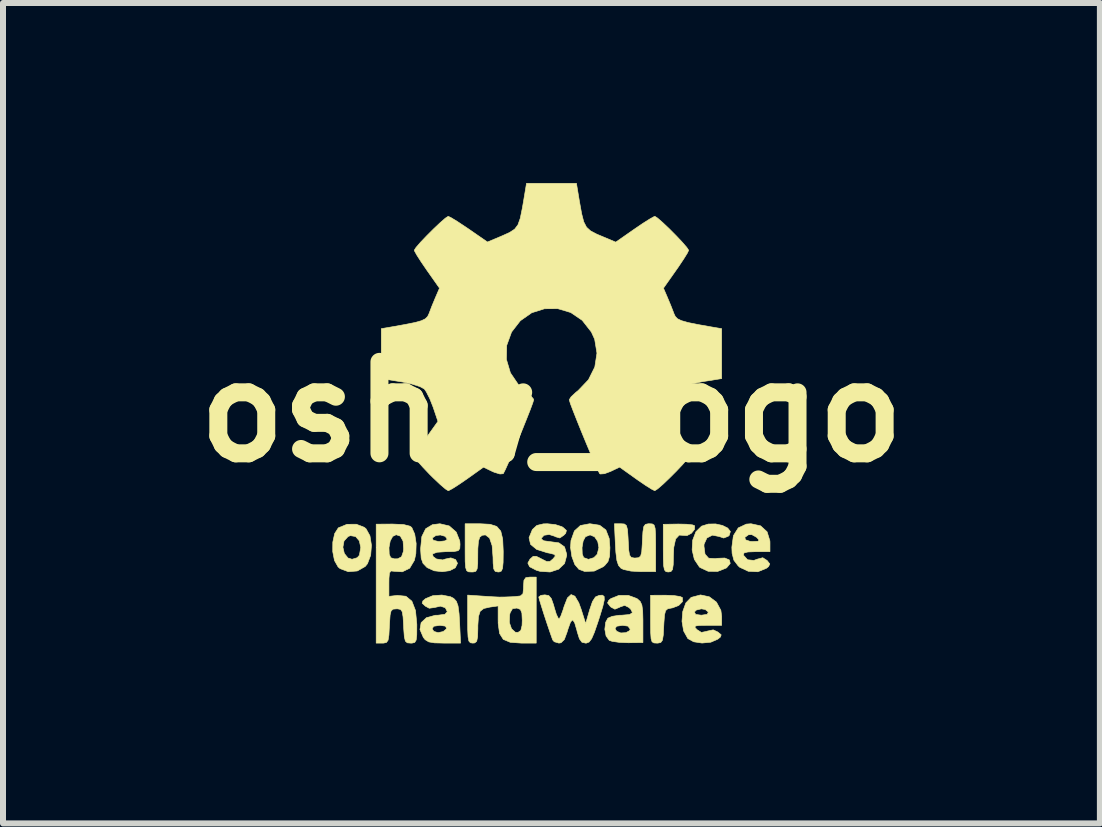
<source format=kicad_pcb>
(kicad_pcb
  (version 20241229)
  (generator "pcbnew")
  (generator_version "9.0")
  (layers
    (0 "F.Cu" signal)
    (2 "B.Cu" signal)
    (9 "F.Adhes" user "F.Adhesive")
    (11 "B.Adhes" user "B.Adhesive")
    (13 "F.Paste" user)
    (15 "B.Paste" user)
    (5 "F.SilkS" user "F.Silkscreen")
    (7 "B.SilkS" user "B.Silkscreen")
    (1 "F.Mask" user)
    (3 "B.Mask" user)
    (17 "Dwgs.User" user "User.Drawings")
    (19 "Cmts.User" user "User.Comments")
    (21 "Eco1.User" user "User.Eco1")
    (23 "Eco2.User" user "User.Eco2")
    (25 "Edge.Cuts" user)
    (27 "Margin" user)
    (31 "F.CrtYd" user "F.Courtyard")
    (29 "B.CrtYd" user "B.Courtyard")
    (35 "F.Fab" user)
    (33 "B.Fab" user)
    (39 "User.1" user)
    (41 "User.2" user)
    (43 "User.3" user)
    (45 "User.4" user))
  (footprint "oshw_logo"
    (layer "F.Cu")
    (at 6.14 3.815)
    (property "Reference" "oshw_logo" (at 0 0 0) (layer "F.SilkS") (effects (font (size 1.524 1.524) (thickness 0.3))))
    (attr through_hole)
    (fp_poly (pts (xy 2.252 1.871) (xy 2.351 1.882) (xy 2.386 1.896) (xy 2.383 1.958) (xy 2.331 2.022) (xy 2.259 2.06) (xy 2.219 2.058) (xy 2.129 2.052) (xy 2.069 2.117) (xy 2.038 2.257) (xy 2.032 2.397) (xy 2.029 2.544) (xy 2.017 2.626) (xy 1.99 2.66) (xy 1.947 2.667) (xy 1.908 2.661) (xy 1.883 2.632) (xy 1.869 2.564) (xy 1.864 2.443) (xy 1.863 2.269) (xy 1.863 1.872) (xy 2.115 1.868) (xy 2.252 1.871)) (stroke (width 0.01) (type solid)) (fill yes) (layer "F.SilkS"))
    (fp_poly (pts (xy 2.043 3.06) (xy 2.145 3.076) (xy 2.183 3.094) (xy 2.183 3.161) (xy 2.121 3.224) (xy 2.019 3.264) (xy 1.997 3.268) (xy 1.937 3.28) (xy 1.902 3.311) (xy 1.884 3.381) (xy 1.874 3.51) (xy 1.871 3.567) (xy 1.863 3.718) (xy 1.849 3.804) (xy 1.821 3.842) (xy 1.773 3.852) (xy 1.755 3.852) (xy 1.707 3.849) (xy 1.676 3.83) (xy 1.66 3.777) (xy 1.653 3.676) (xy 1.651 3.511) (xy 1.651 3.454) (xy 1.651 3.055) (xy 1.904 3.054) (xy 2.043 3.06)) (stroke (width 0.01) (type solid)) (fill yes) (layer "F.SilkS"))
    (fp_poly (pts (xy 2.849 1.891) (xy 2.937 1.935) (xy 2.981 1.992) (xy 2.963 2.055) (xy 2.946 2.071) (xy 2.87 2.101) (xy 2.797 2.076) (xy 2.682 2.053) (xy 2.59 2.1) (xy 2.543 2.203) (xy 2.541 2.235) (xy 2.559 2.37) (xy 2.619 2.437) (xy 2.731 2.444) (xy 2.762 2.439) (xy 2.888 2.434) (xy 2.964 2.466) (xy 2.979 2.524) (xy 2.921 2.594) (xy 2.914 2.6) (xy 2.768 2.658) (xy 2.611 2.655) (xy 2.476 2.592) (xy 2.465 2.583) (xy 2.381 2.457) (xy 2.344 2.3) (xy 2.353 2.137) (xy 2.407 1.996) (xy 2.501 1.903) (xy 2.613 1.868) (xy 2.735 1.866) (xy 2.849 1.891)) (stroke (width 0.01) (type solid)) (fill yes) (layer "F.SilkS"))
    (fp_poly (pts (xy -3.119 1.923) (xy -3.09 1.947) (xy -3.025 2.064) (xy -3 2.222) (xy -3.013 2.388) (xy -3.066 2.528) (xy -3.104 2.575) (xy -3.236 2.65) (xy -3.386 2.662) (xy -3.522 2.611) (xy -3.556 2.582) (xy -3.616 2.476) (xy -3.645 2.328) (xy -3.645 2.254) (xy -3.476 2.254) (xy -3.452 2.358) (xy -3.391 2.434) (xy -3.323 2.455) (xy -3.237 2.429) (xy -3.201 2.388) (xy -3.178 2.259) (xy -3.202 2.148) (xy -3.264 2.076) (xy -3.35 2.061) (xy -3.39 2.076) (xy -3.457 2.15) (xy -3.476 2.254) (xy -3.645 2.254) (xy -3.644 2.169) (xy -3.613 2.027) (xy -3.553 1.933) (xy -3.547 1.929) (xy -3.407 1.872) (xy -3.252 1.871) (xy -3.119 1.923)) (stroke (width 0.01) (type solid)) (fill yes) (layer "F.SilkS"))
    (fp_poly (pts (xy 0.803 1.888) (xy 0.907 1.967) (xy 0.962 2.109) (xy 0.974 2.262) (xy 0.968 2.404) (xy 0.942 2.493) (xy 0.887 2.559) (xy 0.862 2.579) (xy 0.712 2.652) (xy 0.553 2.658) (xy 0.457 2.622) (xy 0.389 2.542) (xy 0.34 2.41) (xy 0.318 2.261) (xy 0.509 2.261) (xy 0.513 2.368) (xy 0.536 2.427) (xy 0.616 2.456) (xy 0.707 2.428) (xy 0.762 2.372) (xy 0.79 2.261) (xy 0.771 2.158) (xy 0.718 2.08) (xy 0.643 2.049) (xy 0.566 2.079) (xy 0.528 2.15) (xy 0.509 2.261) (xy 0.318 2.261) (xy 0.318 2.257) (xy 0.325 2.143) (xy 0.382 1.983) (xy 0.482 1.892) (xy 0.636 1.863) (xy 0.642 1.863) (xy 0.803 1.888)) (stroke (width 0.01) (type solid)) (fill yes) (layer "F.SilkS"))
    (fp_poly (pts (xy -1.023 1.872) (xy -0.912 1.908) (xy -0.845 1.986) (xy -0.813 2.118) (xy -0.804 2.32) (xy -0.804 2.342) (xy -0.806 2.507) (xy -0.815 2.604) (xy -0.835 2.651) (xy -0.871 2.666) (xy -0.889 2.667) (xy -0.937 2.657) (xy -0.962 2.616) (xy -0.972 2.522) (xy -0.974 2.421) (xy -0.989 2.227) (xy -1.032 2.101) (xy -1.1 2.049) (xy -1.155 2.055) (xy -1.195 2.087) (xy -1.217 2.154) (xy -1.227 2.277) (xy -1.228 2.375) (xy -1.229 2.529) (xy -1.239 2.616) (xy -1.262 2.656) (xy -1.307 2.667) (xy -1.333 2.667) (xy -1.383 2.664) (xy -1.413 2.645) (xy -1.43 2.594) (xy -1.438 2.495) (xy -1.439 2.333) (xy -1.439 2.265) (xy -1.439 1.863) (xy -1.192 1.863) (xy -1.023 1.872)) (stroke (width 0.01) (type solid)) (fill yes) (layer "F.SilkS"))
    (fp_poly (pts (xy 1.215 1.867) (xy 1.249 1.894) (xy 1.267 1.962) (xy 1.276 2.09) (xy 1.279 2.148) (xy 1.287 2.3) (xy 1.301 2.385) (xy 1.329 2.424) (xy 1.377 2.434) (xy 1.397 2.434) (xy 1.453 2.429) (xy 1.486 2.401) (xy 1.504 2.332) (xy 1.513 2.202) (xy 1.515 2.148) (xy 1.524 1.997) (xy 1.538 1.911) (xy 1.566 1.873) (xy 1.614 1.863) (xy 1.632 1.863) (xy 1.68 1.866) (xy 1.71 1.885) (xy 1.727 1.938) (xy 1.734 2.039) (xy 1.736 2.204) (xy 1.736 2.261) (xy 1.736 2.66) (xy 1.487 2.661) (xy 1.325 2.652) (xy 1.201 2.625) (xy 1.159 2.605) (xy 1.117 2.557) (xy 1.09 2.475) (xy 1.073 2.339) (xy 1.065 2.205) (xy 1.049 1.863) (xy 1.158 1.863) (xy 1.215 1.867)) (stroke (width 0.01) (type solid)) (fill yes) (layer "F.SilkS"))
    (fp_poly (pts (xy 2.63 3.08) (xy 2.749 3.169) (xy 2.823 3.306) (xy 2.836 3.406) (xy 2.836 3.556) (xy 2.594 3.556) (xy 2.461 3.558) (xy 2.398 3.567) (xy 2.391 3.59) (xy 2.424 3.627) (xy 2.498 3.674) (xy 2.587 3.656) (xy 2.593 3.653) (xy 2.695 3.631) (xy 2.772 3.667) (xy 2.828 3.714) (xy 2.815 3.751) (xy 2.77 3.787) (xy 2.655 3.837) (xy 2.509 3.851) (xy 2.37 3.83) (xy 2.272 3.776) (xy 2.272 3.775) (xy 2.202 3.649) (xy 2.175 3.489) (xy 2.187 3.334) (xy 2.381 3.334) (xy 2.403 3.374) (xy 2.498 3.387) (xy 2.595 3.373) (xy 2.614 3.334) (xy 2.563 3.292) (xy 2.498 3.281) (xy 2.414 3.301) (xy 2.381 3.334) (xy 2.187 3.334) (xy 2.188 3.325) (xy 2.239 3.183) (xy 2.327 3.091) (xy 2.329 3.09) (xy 2.483 3.049) (xy 2.63 3.08)) (stroke (width 0.01) (type solid)) (fill yes) (layer "F.SilkS"))
    (fp_poly (pts (xy 3.485 1.898) (xy 3.593 1.997) (xy 3.64 2.149) (xy 3.641 2.18) (xy 3.641 2.328) (xy 3.409 2.328) (xy 3.274 2.333) (xy 3.209 2.349) (xy 3.199 2.382) (xy 3.201 2.389) (xy 3.268 2.463) (xy 3.372 2.474) (xy 3.437 2.451) (xy 3.521 2.429) (xy 3.593 2.475) (xy 3.638 2.533) (xy 3.617 2.577) (xy 3.58 2.606) (xy 3.439 2.663) (xy 3.28 2.655) (xy 3.137 2.588) (xy 3.11 2.563) (xy 3.04 2.471) (xy 3.01 2.356) (xy 3.006 2.254) (xy 3.028 2.09) (xy 3.222 2.09) (xy 3.234 2.131) (xy 3.311 2.157) (xy 3.353 2.159) (xy 3.442 2.155) (xy 3.459 2.135) (xy 3.42 2.09) (xy 3.34 2.045) (xy 3.284 2.046) (xy 3.222 2.09) (xy 3.028 2.09) (xy 3.033 2.06) (xy 3.113 1.932) (xy 3.247 1.869) (xy 3.325 1.863) (xy 3.485 1.898)) (stroke (width 0.01) (type solid)) (fill yes) (layer "F.SilkS"))
    (fp_poly (pts (xy -1.683 3.079) (xy -1.628 3.108) (xy -1.585 3.155) (xy -1.557 3.233) (xy -1.54 3.361) (xy -1.531 3.51) (xy -1.515 3.852) (xy -1.792 3.852) (xy -1.949 3.848) (xy -2.044 3.832) (xy -2.104 3.796) (xy -2.135 3.758) (xy -2.192 3.625) (xy -2.189 3.613) (xy -1.989 3.613) (xy -1.96 3.657) (xy -1.89 3.678) (xy -1.803 3.659) (xy -1.747 3.612) (xy -1.746 3.609) (xy -1.768 3.569) (xy -1.859 3.556) (xy -1.962 3.571) (xy -1.989 3.613) (xy -2.189 3.613) (xy -2.172 3.511) (xy -2.083 3.428) (xy -1.935 3.388) (xy -1.891 3.387) (xy -1.775 3.372) (xy -1.736 3.328) (xy -1.736 3.328) (xy -1.77 3.262) (xy -1.852 3.236) (xy -1.945 3.258) (xy -2.037 3.271) (xy -2.1 3.237) (xy -2.155 3.187) (xy -2.143 3.149) (xy -2.098 3.111) (xy -1.979 3.062) (xy -1.826 3.051) (xy -1.683 3.079)) (stroke (width 0.01) (type solid)) (fill yes) (layer "F.SilkS"))
    (fp_poly (pts (xy -1.703 1.9) (xy -1.587 2.002) (xy -1.528 2.151) (xy -1.524 2.207) (xy -1.528 2.276) (xy -1.555 2.312) (xy -1.626 2.326) (xy -1.757 2.328) (xy -1.907 2.338) (xy -1.98 2.365) (xy -1.974 2.408) (xy -1.917 2.45) (xy -1.811 2.466) (xy -1.772 2.452) (xy -1.677 2.432) (xy -1.598 2.46) (xy -1.566 2.522) (xy -1.603 2.597) (xy -1.696 2.645) (xy -1.821 2.662) (xy -1.954 2.647) (xy -2.069 2.595) (xy -2.08 2.586) (xy -2.141 2.522) (xy -2.171 2.437) (xy -2.18 2.301) (xy -2.18 2.273) (xy -2.163 2.1) (xy -1.986 2.1) (xy -1.97 2.138) (xy -1.888 2.158) (xy -1.863 2.159) (xy -1.773 2.148) (xy -1.736 2.122) (xy -1.736 2.121) (xy -1.771 2.073) (xy -1.851 2.05) (xy -1.926 2.059) (xy -1.986 2.1) (xy -2.163 2.1) (xy -2.16 2.075) (xy -2.096 1.946) (xy -1.983 1.878) (xy -1.859 1.863) (xy -1.703 1.9)) (stroke (width 0.01) (type solid)) (fill yes) (layer "F.SilkS"))
    (fp_poly (pts (xy 0.065 1.877) (xy 0.174 1.912) (xy 0.193 1.924) (xy 0.249 1.975) (xy 0.237 2.022) (xy 0.206 2.054) (xy 0.139 2.1) (xy 0.065 2.079) (xy 0.053 2.071) (xy -0.039 2.042) (xy -0.124 2.055) (xy -0.168 2.104) (xy -0.169 2.115) (xy -0.132 2.146) (xy -0.043 2.159) (xy -0.04 2.159) (xy 0.123 2.181) (xy 0.218 2.249) (xy 0.253 2.369) (xy 0.254 2.391) (xy 0.218 2.526) (xy 0.12 2.62) (xy -0.022 2.667) (xy -0.19 2.656) (xy -0.254 2.637) (xy -0.364 2.58) (xy -0.394 2.518) (xy -0.358 2.453) (xy -0.305 2.406) (xy -0.252 2.406) (xy -0.168 2.448) (xy -0.08 2.493) (xy -0.026 2.491) (xy 0.026 2.448) (xy 0.064 2.401) (xy 0.049 2.374) (xy -0.034 2.353) (xy -0.068 2.347) (xy -0.245 2.292) (xy -0.348 2.207) (xy -0.374 2.096) (xy -0.32 1.964) (xy -0.315 1.957) (xy -0.244 1.891) (xy -0.136 1.865) (xy -0.069 1.863) (xy 0.065 1.877)) (stroke (width 0.01) (type solid)) (fill yes) (layer "F.SilkS"))
    (fp_poly (pts (xy 1.281 3.057) (xy 1.422 3.109) (xy 1.43 3.114) (xy 1.478 3.157) (xy 1.506 3.216) (xy 1.52 3.313) (xy 1.524 3.468) (xy 1.524 3.512) (xy 1.524 3.843) (xy 1.281 3.846) (xy 1.133 3.84) (xy 1.013 3.823) (xy 0.963 3.806) (xy 0.91 3.734) (xy 0.889 3.621) (xy 0.89 3.613) (xy 1.059 3.613) (xy 1.087 3.655) (xy 1.155 3.683) (xy 1.24 3.678) (xy 1.302 3.645) (xy 1.312 3.619) (xy 1.274 3.569) (xy 1.185 3.556) (xy 1.085 3.571) (xy 1.059 3.613) (xy 0.89 3.613) (xy 0.903 3.505) (xy 0.94 3.437) (xy 1.012 3.406) (xy 1.129 3.388) (xy 1.173 3.387) (xy 1.301 3.376) (xy 1.35 3.344) (xy 1.321 3.287) (xy 1.288 3.257) (xy 1.22 3.223) (xy 1.142 3.25) (xy 1.134 3.255) (xy 1.057 3.287) (xy 0.993 3.253) (xy 0.979 3.24) (xy 0.934 3.182) (xy 0.956 3.138) (xy 0.992 3.109) (xy 1.124 3.057) (xy 1.281 3.057)) (stroke (width 0.01) (type solid)) (fill yes) (layer "F.SilkS"))
    (fp_poly (pts (xy 0.39 3.07) (xy 0.455 3.18) (xy 0.494 3.287) (xy 0.57 3.527) (xy 0.636 3.298) (xy 0.684 3.158) (xy 0.733 3.083) (xy 0.796 3.056) (xy 0.849 3.053) (xy 0.878 3.075) (xy 0.88 3.132) (xy 0.856 3.238) (xy 0.805 3.406) (xy 0.774 3.501) (xy 0.715 3.673) (xy 0.669 3.779) (xy 0.627 3.834) (xy 0.581 3.852) (xy 0.567 3.852) (xy 0.508 3.838) (xy 0.466 3.781) (xy 0.429 3.663) (xy 0.423 3.637) (xy 0.386 3.512) (xy 0.353 3.465) (xy 0.318 3.5) (xy 0.276 3.616) (xy 0.259 3.672) (xy 0.214 3.793) (xy 0.159 3.846) (xy 0.124 3.852) (xy 0.046 3.829) (xy 0.02 3.799) (xy -0.024 3.674) (xy -0.076 3.521) (xy -0.128 3.363) (xy -0.172 3.223) (xy -0.203 3.121) (xy -0.212 3.083) (xy -0.176 3.056) (xy -0.11 3.048) (xy -0.045 3.06) (xy -0.002 3.111) (xy 0.036 3.219) (xy 0.046 3.258) (xy 0.081 3.372) (xy 0.114 3.44) (xy 0.129 3.449) (xy 0.156 3.401) (xy 0.193 3.299) (xy 0.211 3.24) (xy 0.266 3.099) (xy 0.327 3.043) (xy 0.39 3.07)) (stroke (width 0.01) (type solid)) (fill yes) (layer "F.SilkS"))
    (fp_poly (pts (xy -0.254 3.852) (xy -0.501 3.852) (xy -0.686 3.839) (xy -0.803 3.79) (xy -0.865 3.691) (xy -0.888 3.528) (xy -0.888 3.509) (xy -0.702 3.509) (xy -0.666 3.613) (xy -0.602 3.671) (xy -0.558 3.674) (xy -0.511 3.642) (xy -0.49 3.558) (xy -0.487 3.471) (xy -0.493 3.351) (xy -0.518 3.291) (xy -0.573 3.269) (xy -0.578 3.268) (xy -0.649 3.278) (xy -0.689 3.346) (xy -0.697 3.382) (xy -0.702 3.509) (xy -0.888 3.509) (xy -0.889 3.465) (xy -0.889 3.232) (xy -1.027 3.252) (xy -1.128 3.275) (xy -1.188 3.321) (xy -1.217 3.41) (xy -1.227 3.559) (xy -1.227 3.609) (xy -1.231 3.747) (xy -1.246 3.821) (xy -1.279 3.849) (xy -1.312 3.852) (xy -1.352 3.846) (xy -1.377 3.817) (xy -1.39 3.75) (xy -1.396 3.629) (xy -1.397 3.452) (xy -1.397 3.052) (xy -1.132 3.07) (xy -0.976 3.08) (xy -0.87 3.085) (xy -0.78 3.084) (xy -0.671 3.08) (xy -0.614 3.077) (xy -0.517 3.066) (xy -0.475 3.028) (xy -0.466 2.937) (xy -0.466 2.91) (xy -0.459 2.806) (xy -0.428 2.761) (xy -0.36 2.752) (xy -0.254 2.752) (xy -0.254 3.852)) (stroke (width 0.01) (type solid)) (fill yes) (layer "F.SilkS"))
    (fp_poly (pts (xy -2.464 1.876) (xy -2.355 1.905) (xy -2.328 1.926) (xy -2.279 2.036) (xy -2.255 2.192) (xy -2.26 2.36) (xy -2.284 2.472) (xy -2.363 2.604) (xy -2.486 2.664) (xy -2.625 2.655) (xy -2.674 2.65) (xy -2.7 2.683) (xy -2.708 2.771) (xy -2.709 2.853) (xy -2.709 3.073) (xy -2.567 3.057) (xy -2.426 3.071) (xy -2.326 3.154) (xy -2.266 3.309) (xy -2.244 3.537) (xy -2.244 3.562) (xy -2.245 3.715) (xy -2.255 3.802) (xy -2.279 3.841) (xy -2.324 3.852) (xy -2.348 3.852) (xy -2.403 3.847) (xy -2.435 3.818) (xy -2.452 3.747) (xy -2.462 3.616) (xy -2.464 3.567) (xy -2.473 3.415) (xy -2.487 3.33) (xy -2.514 3.291) (xy -2.563 3.281) (xy -2.582 3.281) (xy -2.639 3.286) (xy -2.672 3.314) (xy -2.689 3.383) (xy -2.698 3.513) (xy -2.701 3.567) (xy -2.709 3.718) (xy -2.723 3.804) (xy -2.751 3.842) (xy -2.799 3.852) (xy -2.817 3.852) (xy -2.921 3.852) (xy -2.921 2.261) (xy -2.708 2.261) (xy -2.704 2.37) (xy -2.679 2.429) (xy -2.617 2.448) (xy -2.563 2.447) (xy -2.499 2.414) (xy -2.469 2.328) (xy -2.464 2.282) (xy -2.473 2.152) (xy -2.519 2.069) (xy -2.589 2.046) (xy -2.646 2.074) (xy -2.687 2.149) (xy -2.708 2.261) (xy -2.921 2.261) (xy -2.921 1.87) (xy -2.65 1.868) (xy -2.464 1.876)) (stroke (width 0.01) (type solid)) (fill yes) (layer "F.SilkS"))
    (fp_poly (pts (xy 0.467 -3.503) (xy 0.503 -3.303) (xy 0.538 -3.168) (xy 0.584 -3.079) (xy 0.652 -3.017) (xy 0.755 -2.963) (xy 0.824 -2.934) (xy 1.071 -2.83) (xy 1.379 -3.045) (xy 1.52 -3.141) (xy 1.637 -3.215) (xy 1.709 -3.255) (xy 1.723 -3.26) (xy 1.768 -3.231) (xy 1.853 -3.157) (xy 1.962 -3.054) (xy 2.076 -2.939) (xy 2.179 -2.83) (xy 2.255 -2.742) (xy 2.286 -2.695) (xy 2.286 -2.694) (xy 2.263 -2.645) (xy 2.202 -2.547) (xy 2.114 -2.415) (xy 2.076 -2.361) (xy 1.866 -2.063) (xy 1.932 -1.91) (xy 1.988 -1.776) (xy 2.036 -1.653) (xy 2.039 -1.643) (xy 2.063 -1.592) (xy 2.1 -1.553) (xy 2.165 -1.522) (xy 2.272 -1.491) (xy 2.434 -1.458) (xy 2.666 -1.417) (xy 2.678 -1.415) (xy 2.836 -1.388) (xy 2.836 -0.556) (xy 2.512 -0.504) (xy 2.347 -0.471) (xy 2.21 -0.43) (xy 2.127 -0.39) (xy 2.12 -0.384) (xy 2.07 -0.308) (xy 2.011 -0.183) (xy 1.972 -0.08) (xy 1.892 0.157) (xy 2.089 0.433) (xy 2.181 0.567) (xy 2.25 0.676) (xy 2.284 0.74) (xy 2.286 0.747) (xy 2.258 0.793) (xy 2.183 0.879) (xy 2.081 0.987) (xy 1.966 1.102) (xy 1.857 1.206) (xy 1.77 1.281) (xy 1.722 1.312) (xy 1.721 1.312) (xy 1.673 1.289) (xy 1.575 1.228) (xy 1.447 1.141) (xy 1.412 1.116) (xy 1.136 0.919) (xy 0.985 0.991) (xy 0.883 1.029) (xy 0.813 1.034) (xy 0.804 1.029) (xy 0.777 0.978) (xy 0.726 0.865) (xy 0.658 0.709) (xy 0.581 0.526) (xy 0.501 0.332) (xy 0.426 0.146) (xy 0.362 -0.016) (xy 0.316 -0.137) (xy 0.297 -0.2) (xy 0.296 -0.203) (xy 0.327 -0.252) (xy 0.405 -0.325) (xy 0.445 -0.357) (xy 0.616 -0.536) (xy 0.722 -0.749) (xy 0.758 -0.98) (xy 0.72 -1.211) (xy 0.665 -1.332) (xy 0.512 -1.527) (xy 0.321 -1.657) (xy 0.106 -1.721) (xy -0.116 -1.72) (xy -0.329 -1.653) (xy -0.519 -1.52) (xy -0.665 -1.332) (xy -0.746 -1.109) (xy -0.751 -0.876) (xy -0.684 -0.651) (xy -0.548 -0.451) (xy -0.445 -0.357) (xy -0.354 -0.28) (xy -0.302 -0.218) (xy -0.296 -0.203) (xy -0.312 -0.15) (xy -0.354 -0.036) (xy -0.416 0.121) (xy -0.49 0.305) (xy -0.57 0.499) (xy -0.648 0.685) (xy -0.717 0.846) (xy -0.771 0.965) (xy -0.802 1.026) (xy -0.804 1.029) (xy -0.858 1.034) (xy -0.954 1.005) (xy -0.984 0.992) (xy -1.133 0.92) (xy -1.408 1.116) (xy -1.542 1.208) (xy -1.65 1.277) (xy -1.714 1.311) (xy -1.721 1.312) (xy -1.766 1.284) (xy -1.854 1.209) (xy -1.969 1.1) (xy -2.023 1.047) (xy -2.14 0.924) (xy -2.231 0.822) (xy -2.281 0.758) (xy -2.286 0.745) (xy -2.263 0.696) (xy -2.202 0.598) (xy -2.114 0.469) (xy -2.089 0.433) (xy -1.892 0.157) (xy -1.972 -0.08) (xy -2.028 -0.221) (xy -2.086 -0.336) (xy -2.12 -0.384) (xy -2.193 -0.423) (xy -2.324 -0.465) (xy -2.486 -0.5) (xy -2.512 -0.504) (xy -2.836 -0.556) (xy -2.836 -1.388) (xy -2.678 -1.415) (xy -2.443 -1.457) (xy -2.278 -1.49) (xy -2.169 -1.52) (xy -2.103 -1.552) (xy -2.064 -1.59) (xy -2.04 -1.64) (xy -2.039 -1.643) (xy -1.994 -1.761) (xy -1.938 -1.896) (xy -1.932 -1.91) (xy -1.866 -2.063) (xy -2.076 -2.361) (xy -2.171 -2.5) (xy -2.244 -2.614) (xy -2.283 -2.684) (xy -2.286 -2.696) (xy -2.257 -2.741) (xy -2.183 -2.827) (xy -2.08 -2.935) (xy -1.966 -3.049) (xy -1.856 -3.153) (xy -1.769 -3.229) (xy -1.721 -3.26) (xy -1.72 -3.26) (xy -1.672 -3.237) (xy -1.573 -3.177) (xy -1.44 -3.089) (xy -1.376 -3.046) (xy -1.067 -2.832) (xy -0.822 -2.935) (xy -0.698 -2.991) (xy -0.614 -3.046) (xy -0.559 -3.118) (xy -0.52 -3.228) (xy -0.486 -3.394) (xy -0.467 -3.503) (xy -0.416 -3.81) (xy 0.416 -3.81) (xy 0.467 -3.503)) (stroke (width 0.01) (type solid)) (fill yes) (layer "F.SilkS")))
  (gr_rect
    (start -3 -3)
    (end 15.279 10.672)
    (stroke (width 0.1) (type default))
    (fill no)
    (layer "Edge.Cuts")))
</source>
